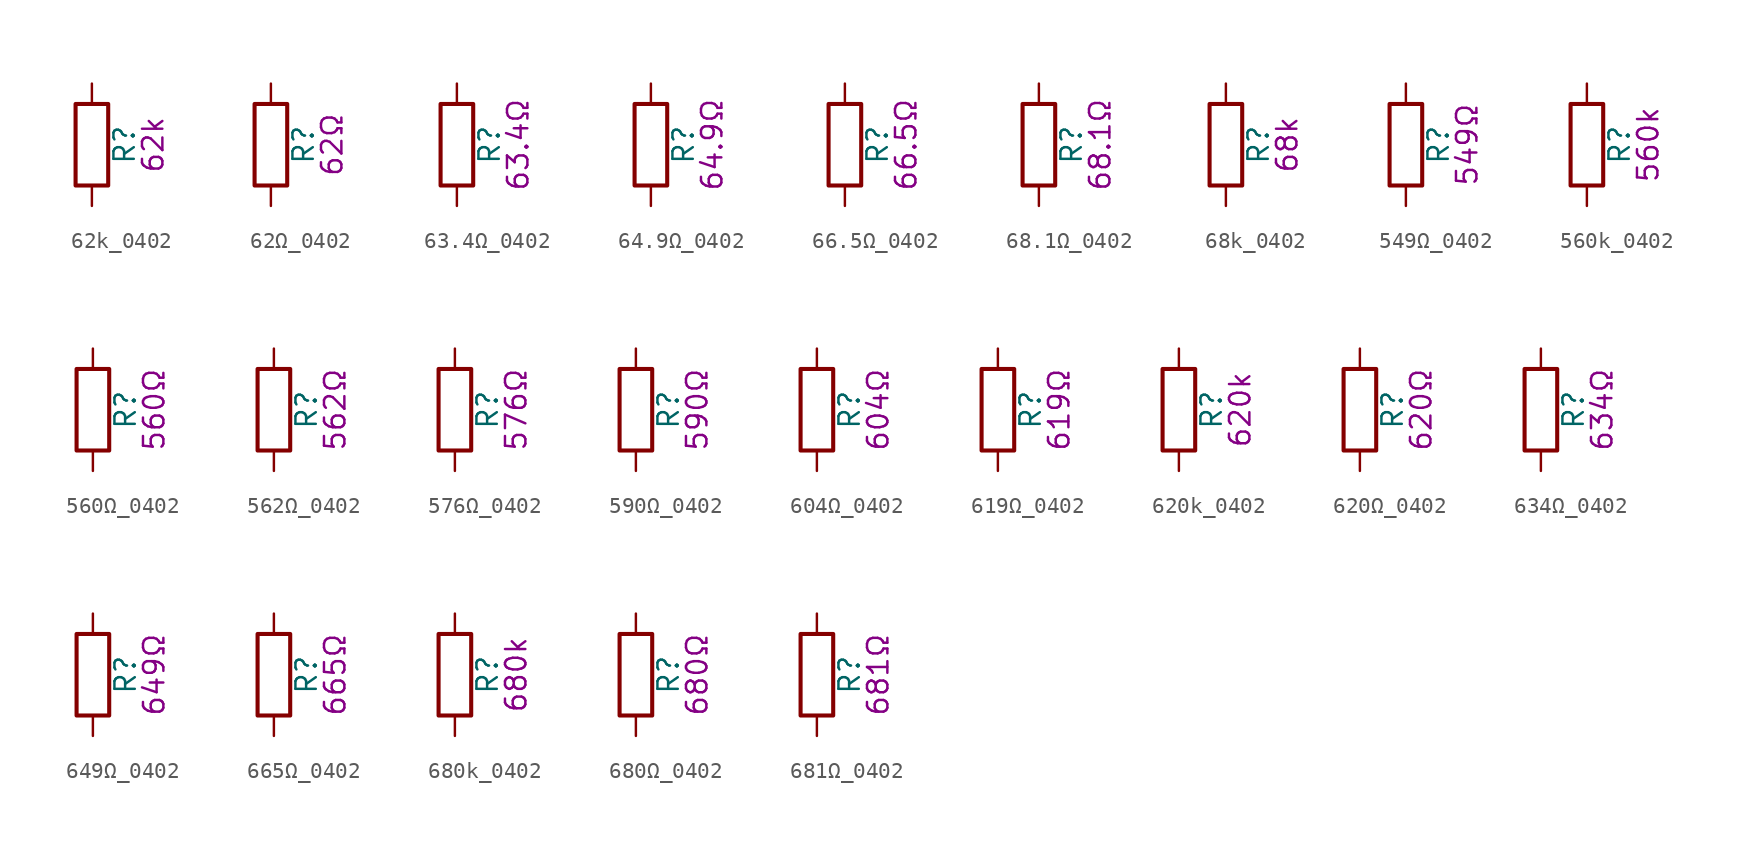
<source format=kicad_sym>
(kicad_symbol_lib
  (version 20211014)
  (generator kicad_symbol_editor)
  (symbol "62k_0402"
    (pin_numbers hide)
    (pin_names
      (offset 0))
    (property "Reference" "R"
      (at 2.032 0 90)
      (effects (font (size 1.27 1.27))))
    (property "Display" "62k"
      (at 3.81 0 90)
      (effects (font (size 1.27 1.27))))
    (symbol "62k_0402_0_1"
      (rectangle (start -1.016 -2.54) (end 1.016 2.54) (stroke (width 0.254) (type default) (color 0 0 0 0)) (fill (type none))))
    (symbol "62k_0402_1_1"
      (pin passive line (at 0 3.81 270) (length 1.27) (name "~" (effects (font (size 1.27 1.27)))) (number "1" (effects (font (size 1.27 1.27)))))
      (pin passive line (at 0 -3.81 90) (length 1.27) (name "~" (effects (font (size 1.27 1.27)))) (number "2" (effects (font (size 1.27 1.27)))))))
  (symbol "62Ω_0402"
    (pin_numbers hide)
    (pin_names
      (offset 0))
    (property "Reference" "R"
      (at 2.032 0 90)
      (effects (font (size 1.27 1.27))))
    (property "Display" "62Ω"
      (at 3.81 0 90)
      (effects (font (size 1.27 1.27))))
    (symbol "62Ω_0402_0_1"
      (rectangle (start -1.016 -2.54) (end 1.016 2.54) (stroke (width 0.254) (type default) (color 0 0 0 0)) (fill (type none))))
    (symbol "62Ω_0402_1_1"
      (pin passive line (at 0 3.81 270) (length 1.27) (name "~" (effects (font (size 1.27 1.27)))) (number "1" (effects (font (size 1.27 1.27)))))
      (pin passive line (at 0 -3.81 90) (length 1.27) (name "~" (effects (font (size 1.27 1.27)))) (number "2" (effects (font (size 1.27 1.27)))))))
  (symbol "63.4Ω_0402"
    (pin_numbers hide)
    (pin_names
      (offset 0))
    (property "Reference" "R"
      (at 2.032 0 90)
      (effects (font (size 1.27 1.27))))
    (property "Display" "63.4Ω"
      (at 3.81 0 90)
      (effects (font (size 1.27 1.27))))
    (symbol "63.4Ω_0402_0_1"
      (rectangle (start -1.016 -2.54) (end 1.016 2.54) (stroke (width 0.254) (type default) (color 0 0 0 0)) (fill (type none))))
    (symbol "63.4Ω_0402_1_1"
      (pin passive line (at 0 3.81 270) (length 1.27) (name "~" (effects (font (size 1.27 1.27)))) (number "1" (effects (font (size 1.27 1.27)))))
      (pin passive line (at 0 -3.81 90) (length 1.27) (name "~" (effects (font (size 1.27 1.27)))) (number "2" (effects (font (size 1.27 1.27)))))))
  (symbol "64.9Ω_0402"
    (pin_numbers hide)
    (pin_names
      (offset 0))
    (property "Reference" "R"
      (at 2.032 0 90)
      (effects (font (size 1.27 1.27))))
    (property "Display" "64.9Ω"
      (at 3.81 0 90)
      (effects (font (size 1.27 1.27))))
    (symbol "64.9Ω_0402_0_1"
      (rectangle (start -1.016 -2.54) (end 1.016 2.54) (stroke (width 0.254) (type default) (color 0 0 0 0)) (fill (type none))))
    (symbol "64.9Ω_0402_1_1"
      (pin passive line (at 0 3.81 270) (length 1.27) (name "~" (effects (font (size 1.27 1.27)))) (number "1" (effects (font (size 1.27 1.27)))))
      (pin passive line (at 0 -3.81 90) (length 1.27) (name "~" (effects (font (size 1.27 1.27)))) (number "2" (effects (font (size 1.27 1.27)))))))
  (symbol "66.5Ω_0402"
    (pin_numbers hide)
    (pin_names
      (offset 0))
    (property "Reference" "R"
      (at 2.032 0 90)
      (effects (font (size 1.27 1.27))))
    (property "Display" "66.5Ω"
      (at 3.81 0 90)
      (effects (font (size 1.27 1.27))))
    (symbol "66.5Ω_0402_0_1"
      (rectangle (start -1.016 -2.54) (end 1.016 2.54) (stroke (width 0.254) (type default) (color 0 0 0 0)) (fill (type none))))
    (symbol "66.5Ω_0402_1_1"
      (pin passive line (at 0 3.81 270) (length 1.27) (name "~" (effects (font (size 1.27 1.27)))) (number "1" (effects (font (size 1.27 1.27)))))
      (pin passive line (at 0 -3.81 90) (length 1.27) (name "~" (effects (font (size 1.27 1.27)))) (number "2" (effects (font (size 1.27 1.27)))))))
  (symbol "68.1Ω_0402"
    (pin_numbers hide)
    (pin_names
      (offset 0))
    (property "Reference" "R"
      (at 2.032 0 90)
      (effects (font (size 1.27 1.27))))
    (property "Display" "68.1Ω"
      (at 3.81 0 90)
      (effects (font (size 1.27 1.27))))
    (symbol "68.1Ω_0402_0_1"
      (rectangle (start -1.016 -2.54) (end 1.016 2.54) (stroke (width 0.254) (type default) (color 0 0 0 0)) (fill (type none))))
    (symbol "68.1Ω_0402_1_1"
      (pin passive line (at 0 3.81 270) (length 1.27) (name "~" (effects (font (size 1.27 1.27)))) (number "1" (effects (font (size 1.27 1.27)))))
      (pin passive line (at 0 -3.81 90) (length 1.27) (name "~" (effects (font (size 1.27 1.27)))) (number "2" (effects (font (size 1.27 1.27)))))))
  (symbol "68k_0402"
    (pin_numbers hide)
    (pin_names
      (offset 0))
    (property "Reference" "R"
      (at 2.032 0 90)
      (effects (font (size 1.27 1.27))))
    (property "Display" "68k"
      (at 3.81 0 90)
      (effects (font (size 1.27 1.27))))
    (symbol "68k_0402_0_1"
      (rectangle (start -1.016 -2.54) (end 1.016 2.54) (stroke (width 0.254) (type default) (color 0 0 0 0)) (fill (type none))))
    (symbol "68k_0402_1_1"
      (pin passive line (at 0 3.81 270) (length 1.27) (name "~" (effects (font (size 1.27 1.27)))) (number "1" (effects (font (size 1.27 1.27)))))
      (pin passive line (at 0 -3.81 90) (length 1.27) (name "~" (effects (font (size 1.27 1.27)))) (number "2" (effects (font (size 1.27 1.27)))))))
  (symbol "549Ω_0402"
    (pin_numbers hide)
    (pin_names
      (offset 0))
    (property "Reference" "R"
      (at 2.032 0 90)
      (effects (font (size 1.27 1.27))))
    (property "Display" "549Ω"
      (at 3.81 0 90)
      (effects (font (size 1.27 1.27))))
    (symbol "549Ω_0402_0_1"
      (rectangle (start -1.016 -2.54) (end 1.016 2.54) (stroke (width 0.254) (type default) (color 0 0 0 0)) (fill (type none))))
    (symbol "549Ω_0402_1_1"
      (pin passive line (at 0 3.81 270) (length 1.27) (name "~" (effects (font (size 1.27 1.27)))) (number "1" (effects (font (size 1.27 1.27)))))
      (pin passive line (at 0 -3.81 90) (length 1.27) (name "~" (effects (font (size 1.27 1.27)))) (number "2" (effects (font (size 1.27 1.27)))))))
  (symbol "560k_0402"
    (pin_numbers hide)
    (pin_names
      (offset 0))
    (property "Reference" "R"
      (at 2.032 0 90)
      (effects (font (size 1.27 1.27))))
    (property "Display" "560k"
      (at 3.81 0 90)
      (effects (font (size 1.27 1.27))))
    (symbol "560k_0402_0_1"
      (rectangle (start -1.016 -2.54) (end 1.016 2.54) (stroke (width 0.254) (type default) (color 0 0 0 0)) (fill (type none))))
    (symbol "560k_0402_1_1"
      (pin passive line (at 0 3.81 270) (length 1.27) (name "~" (effects (font (size 1.27 1.27)))) (number "1" (effects (font (size 1.27 1.27)))))
      (pin passive line (at 0 -3.81 90) (length 1.27) (name "~" (effects (font (size 1.27 1.27)))) (number "2" (effects (font (size 1.27 1.27)))))))
  (symbol "560Ω_0402"
    (pin_numbers hide)
    (pin_names
      (offset 0))
    (property "Reference" "R"
      (at 2.032 0 90)
      (effects (font (size 1.27 1.27))))
    (property "Display" "560Ω"
      (at 3.81 0 90)
      (effects (font (size 1.27 1.27))))
    (symbol "560Ω_0402_0_1"
      (rectangle (start -1.016 -2.54) (end 1.016 2.54) (stroke (width 0.254) (type default) (color 0 0 0 0)) (fill (type none))))
    (symbol "560Ω_0402_1_1"
      (pin passive line (at 0 3.81 270) (length 1.27) (name "~" (effects (font (size 1.27 1.27)))) (number "1" (effects (font (size 1.27 1.27)))))
      (pin passive line (at 0 -3.81 90) (length 1.27) (name "~" (effects (font (size 1.27 1.27)))) (number "2" (effects (font (size 1.27 1.27)))))))
  (symbol "562Ω_0402"
    (pin_numbers hide)
    (pin_names
      (offset 0))
    (property "Reference" "R"
      (at 2.032 0 90)
      (effects (font (size 1.27 1.27))))
    (property "Display" "562Ω"
      (at 3.81 0 90)
      (effects (font (size 1.27 1.27))))
    (symbol "562Ω_0402_0_1"
      (rectangle (start -1.016 -2.54) (end 1.016 2.54) (stroke (width 0.254) (type default) (color 0 0 0 0)) (fill (type none))))
    (symbol "562Ω_0402_1_1"
      (pin passive line (at 0 3.81 270) (length 1.27) (name "~" (effects (font (size 1.27 1.27)))) (number "1" (effects (font (size 1.27 1.27)))))
      (pin passive line (at 0 -3.81 90) (length 1.27) (name "~" (effects (font (size 1.27 1.27)))) (number "2" (effects (font (size 1.27 1.27)))))))
  (symbol "576Ω_0402"
    (pin_numbers hide)
    (pin_names
      (offset 0))
    (property "Reference" "R"
      (at 2.032 0 90)
      (effects (font (size 1.27 1.27))))
    (property "Display" "576Ω"
      (at 3.81 0 90)
      (effects (font (size 1.27 1.27))))
    (symbol "576Ω_0402_0_1"
      (rectangle (start -1.016 -2.54) (end 1.016 2.54) (stroke (width 0.254) (type default) (color 0 0 0 0)) (fill (type none))))
    (symbol "576Ω_0402_1_1"
      (pin passive line (at 0 3.81 270) (length 1.27) (name "~" (effects (font (size 1.27 1.27)))) (number "1" (effects (font (size 1.27 1.27)))))
      (pin passive line (at 0 -3.81 90) (length 1.27) (name "~" (effects (font (size 1.27 1.27)))) (number "2" (effects (font (size 1.27 1.27)))))))
  (symbol "590Ω_0402"
    (pin_numbers hide)
    (pin_names
      (offset 0))
    (property "Reference" "R"
      (at 2.032 0 90)
      (effects (font (size 1.27 1.27))))
    (property "Display" "590Ω"
      (at 3.81 0 90)
      (effects (font (size 1.27 1.27))))
    (symbol "590Ω_0402_0_1"
      (rectangle (start -1.016 -2.54) (end 1.016 2.54) (stroke (width 0.254) (type default) (color 0 0 0 0)) (fill (type none))))
    (symbol "590Ω_0402_1_1"
      (pin passive line (at 0 3.81 270) (length 1.27) (name "~" (effects (font (size 1.27 1.27)))) (number "1" (effects (font (size 1.27 1.27)))))
      (pin passive line (at 0 -3.81 90) (length 1.27) (name "~" (effects (font (size 1.27 1.27)))) (number "2" (effects (font (size 1.27 1.27)))))))
  (symbol "604Ω_0402"
    (pin_numbers hide)
    (pin_names
      (offset 0))
    (property "Reference" "R"
      (at 2.032 0 90)
      (effects (font (size 1.27 1.27))))
    (property "Display" "604Ω"
      (at 3.81 0 90)
      (effects (font (size 1.27 1.27))))
    (symbol "604Ω_0402_0_1"
      (rectangle (start -1.016 -2.54) (end 1.016 2.54) (stroke (width 0.254) (type default) (color 0 0 0 0)) (fill (type none))))
    (symbol "604Ω_0402_1_1"
      (pin passive line (at 0 3.81 270) (length 1.27) (name "~" (effects (font (size 1.27 1.27)))) (number "1" (effects (font (size 1.27 1.27)))))
      (pin passive line (at 0 -3.81 90) (length 1.27) (name "~" (effects (font (size 1.27 1.27)))) (number "2" (effects (font (size 1.27 1.27)))))))
  (symbol "619Ω_0402"
    (pin_numbers hide)
    (pin_names
      (offset 0))
    (property "Reference" "R"
      (at 2.032 0 90)
      (effects (font (size 1.27 1.27))))
    (property "Display" "619Ω"
      (at 3.81 0 90)
      (effects (font (size 1.27 1.27))))
    (symbol "619Ω_0402_0_1"
      (rectangle (start -1.016 -2.54) (end 1.016 2.54) (stroke (width 0.254) (type default) (color 0 0 0 0)) (fill (type none))))
    (symbol "619Ω_0402_1_1"
      (pin passive line (at 0 3.81 270) (length 1.27) (name "~" (effects (font (size 1.27 1.27)))) (number "1" (effects (font (size 1.27 1.27)))))
      (pin passive line (at 0 -3.81 90) (length 1.27) (name "~" (effects (font (size 1.27 1.27)))) (number "2" (effects (font (size 1.27 1.27)))))))
  (symbol "620k_0402"
    (pin_numbers hide)
    (pin_names
      (offset 0))
    (property "Reference" "R"
      (at 2.032 0 90)
      (effects (font (size 1.27 1.27))))
    (property "Display" "620k"
      (at 3.81 0 90)
      (effects (font (size 1.27 1.27))))
    (symbol "620k_0402_0_1"
      (rectangle (start -1.016 -2.54) (end 1.016 2.54) (stroke (width 0.254) (type default) (color 0 0 0 0)) (fill (type none))))
    (symbol "620k_0402_1_1"
      (pin passive line (at 0 3.81 270) (length 1.27) (name "~" (effects (font (size 1.27 1.27)))) (number "1" (effects (font (size 1.27 1.27)))))
      (pin passive line (at 0 -3.81 90) (length 1.27) (name "~" (effects (font (size 1.27 1.27)))) (number "2" (effects (font (size 1.27 1.27)))))))
  (symbol "620Ω_0402"
    (pin_numbers hide)
    (pin_names
      (offset 0))
    (property "Reference" "R"
      (at 2.032 0 90)
      (effects (font (size 1.27 1.27))))
    (property "Display" "620Ω"
      (at 3.81 0 90)
      (effects (font (size 1.27 1.27))))
    (symbol "620Ω_0402_0_1"
      (rectangle (start -1.016 -2.54) (end 1.016 2.54) (stroke (width 0.254) (type default) (color 0 0 0 0)) (fill (type none))))
    (symbol "620Ω_0402_1_1"
      (pin passive line (at 0 3.81 270) (length 1.27) (name "~" (effects (font (size 1.27 1.27)))) (number "1" (effects (font (size 1.27 1.27)))))
      (pin passive line (at 0 -3.81 90) (length 1.27) (name "~" (effects (font (size 1.27 1.27)))) (number "2" (effects (font (size 1.27 1.27)))))))
  (symbol "634Ω_0402"
    (pin_numbers hide)
    (pin_names
      (offset 0))
    (property "Reference" "R"
      (at 2.032 0 90)
      (effects (font (size 1.27 1.27))))
    (property "Display" "634Ω"
      (at 3.81 0 90)
      (effects (font (size 1.27 1.27))))
    (symbol "634Ω_0402_0_1"
      (rectangle (start -1.016 -2.54) (end 1.016 2.54) (stroke (width 0.254) (type default) (color 0 0 0 0)) (fill (type none))))
    (symbol "634Ω_0402_1_1"
      (pin passive line (at 0 3.81 270) (length 1.27) (name "~" (effects (font (size 1.27 1.27)))) (number "1" (effects (font (size 1.27 1.27)))))
      (pin passive line (at 0 -3.81 90) (length 1.27) (name "~" (effects (font (size 1.27 1.27)))) (number "2" (effects (font (size 1.27 1.27)))))))
  (symbol "649Ω_0402"
    (pin_numbers hide)
    (pin_names
      (offset 0))
    (property "Reference" "R"
      (at 2.032 0 90)
      (effects (font (size 1.27 1.27))))
    (property "Display" "649Ω"
      (at 3.81 0 90)
      (effects (font (size 1.27 1.27))))
    (symbol "649Ω_0402_0_1"
      (rectangle (start -1.016 -2.54) (end 1.016 2.54) (stroke (width 0.254) (type default) (color 0 0 0 0)) (fill (type none))))
    (symbol "649Ω_0402_1_1"
      (pin passive line (at 0 3.81 270) (length 1.27) (name "~" (effects (font (size 1.27 1.27)))) (number "1" (effects (font (size 1.27 1.27)))))
      (pin passive line (at 0 -3.81 90) (length 1.27) (name "~" (effects (font (size 1.27 1.27)))) (number "2" (effects (font (size 1.27 1.27)))))))
  (symbol "665Ω_0402"
    (pin_numbers hide)
    (pin_names
      (offset 0))
    (property "Reference" "R"
      (at 2.032 0 90)
      (effects (font (size 1.27 1.27))))
    (property "Display" "665Ω"
      (at 3.81 0 90)
      (effects (font (size 1.27 1.27))))
    (symbol "665Ω_0402_0_1"
      (rectangle (start -1.016 -2.54) (end 1.016 2.54) (stroke (width 0.254) (type default) (color 0 0 0 0)) (fill (type none))))
    (symbol "665Ω_0402_1_1"
      (pin passive line (at 0 3.81 270) (length 1.27) (name "~" (effects (font (size 1.27 1.27)))) (number "1" (effects (font (size 1.27 1.27)))))
      (pin passive line (at 0 -3.81 90) (length 1.27) (name "~" (effects (font (size 1.27 1.27)))) (number "2" (effects (font (size 1.27 1.27)))))))
  (symbol "680k_0402"
    (pin_numbers hide)
    (pin_names
      (offset 0))
    (property "Reference" "R"
      (at 2.032 0 90)
      (effects (font (size 1.27 1.27))))
    (property "Display" "680k"
      (at 3.81 0 90)
      (effects (font (size 1.27 1.27))))
    (symbol "680k_0402_0_1"
      (rectangle (start -1.016 -2.54) (end 1.016 2.54) (stroke (width 0.254) (type default) (color 0 0 0 0)) (fill (type none))))
    (symbol "680k_0402_1_1"
      (pin passive line (at 0 3.81 270) (length 1.27) (name "~" (effects (font (size 1.27 1.27)))) (number "1" (effects (font (size 1.27 1.27)))))
      (pin passive line (at 0 -3.81 90) (length 1.27) (name "~" (effects (font (size 1.27 1.27)))) (number "2" (effects (font (size 1.27 1.27)))))))
  (symbol "680Ω_0402"
    (pin_numbers hide)
    (pin_names
      (offset 0))
    (property "Reference" "R"
      (at 2.032 0 90)
      (effects (font (size 1.27 1.27))))
    (property "Display" "680Ω"
      (at 3.81 0 90)
      (effects (font (size 1.27 1.27))))
    (symbol "680Ω_0402_0_1"
      (rectangle (start -1.016 -2.54) (end 1.016 2.54) (stroke (width 0.254) (type default) (color 0 0 0 0)) (fill (type none))))
    (symbol "680Ω_0402_1_1"
      (pin passive line (at 0 3.81 270) (length 1.27) (name "~" (effects (font (size 1.27 1.27)))) (number "1" (effects (font (size 1.27 1.27)))))
      (pin passive line (at 0 -3.81 90) (length 1.27) (name "~" (effects (font (size 1.27 1.27)))) (number "2" (effects (font (size 1.27 1.27)))))))
  (symbol "681Ω_0402"
    (pin_numbers hide)
    (pin_names
      (offset 0))
    (property "Reference" "R"
      (at 2.032 0 90)
      (effects (font (size 1.27 1.27))))
    (property "Display" "681Ω"
      (at 3.81 0 90)
      (effects (font (size 1.27 1.27))))
    (symbol "681Ω_0402_0_1"
      (rectangle (start -1.016 -2.54) (end 1.016 2.54) (stroke (width 0.254) (type default) (color 0 0 0 0)) (fill (type none))))
    (symbol "681Ω_0402_1_1"
      (pin passive line (at 0 3.81 270) (length 1.27) (name "~" (effects (font (size 1.27 1.27)))) (number "1" (effects (font (size 1.27 1.27)))))
      (pin passive line (at 0 -3.81 90) (length 1.27) (name "~" (effects (font (size 1.27 1.27)))) (number "2" (effects (font (size 1.27 1.27))))))))
</source>
